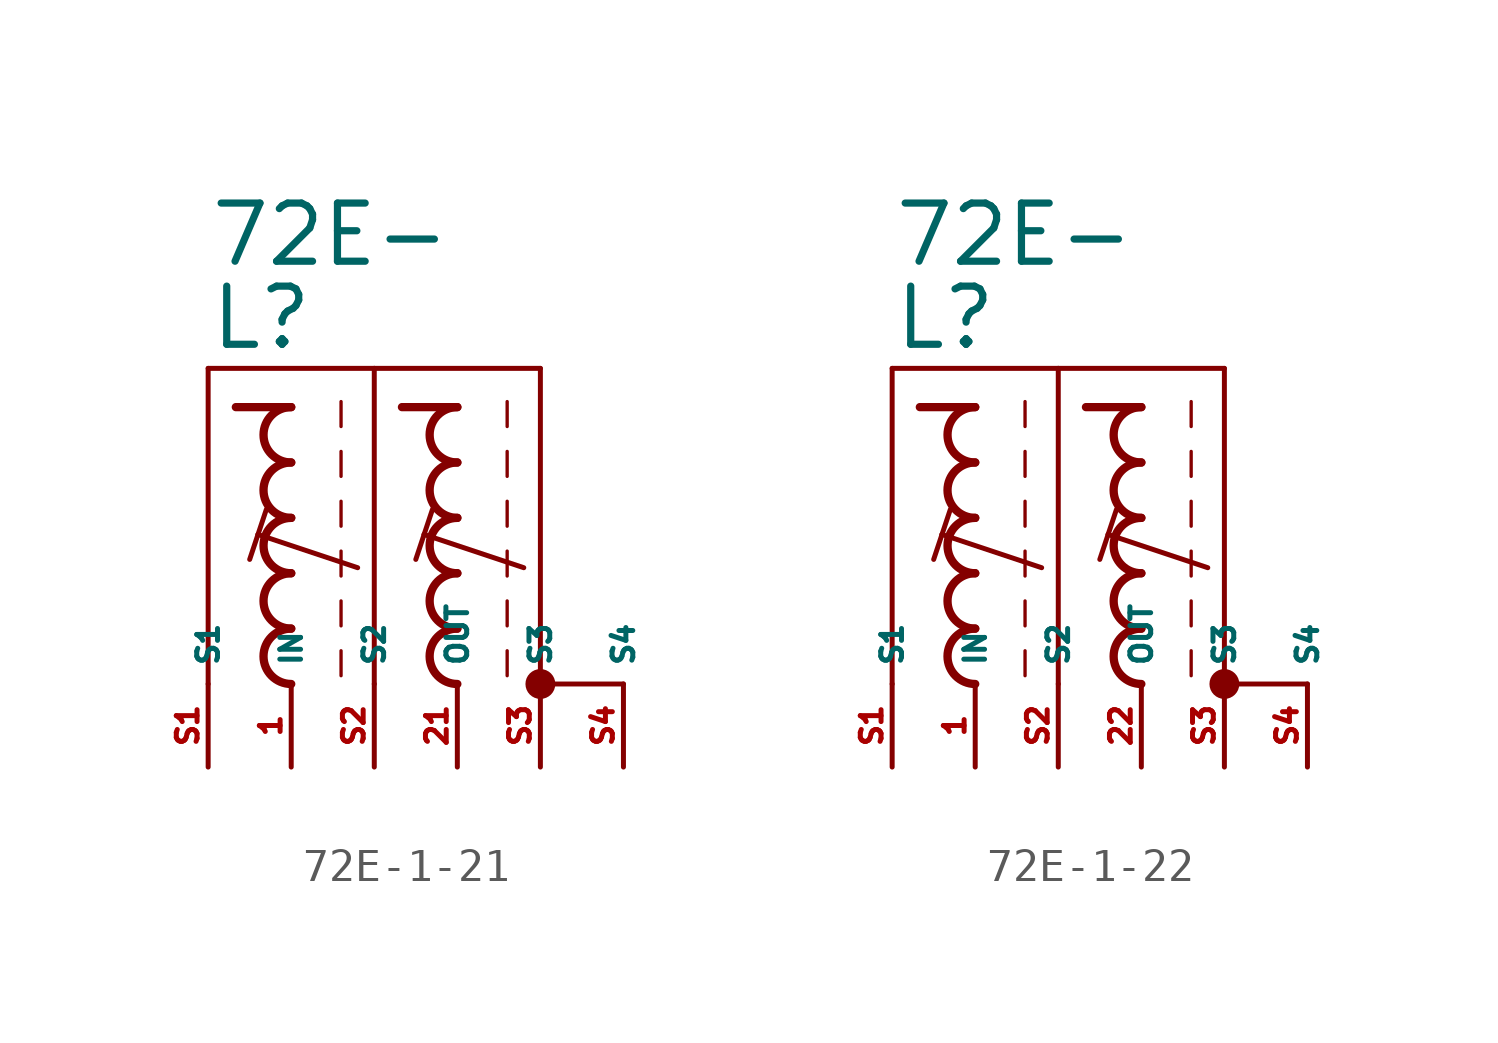
<source format=kicad_sym>
(kicad_symbol_lib
  (version 20220914)
  (generator kicad_symbol_editor)
  (symbol "72E-1-21"
    (property "Reference" "L"
      (at -5.08 7.62 0)
      (effects (font (size 1.778 1.778) (thickness 0.22)) (justify left bottom)))
    (property "Value" "72E-"
      (at -5.08 10.16 0)
      (effects (font (size 1.778 1.778) (thickness 0.22)) (justify left bottom)))
    (symbol "72E-1-21_1_1"
      (arc (start -2.54 -0.8466) (mid -3.3864 -1.6933) (end -2.54 -2.54) (stroke (width 0.254) (type default)) (fill (type none)))
      (arc (start -2.54 0.8466) (mid -3.3862 0) (end -2.54 -0.8466) (stroke (width 0.254) (type default)) (fill (type none)))
      (arc (start -2.54 2.54) (mid -3.3864 1.6933) (end -2.54 0.8466) (stroke (width 0.254) (type default)) (fill (type none)))
      (arc (start -2.54 4.2334) (mid -3.3864 3.3867) (end -2.54 2.54) (stroke (width 0.254) (type default)) (fill (type none)))
      (arc (start -2.54 5.9266) (mid -3.3862 5.08) (end -2.54 4.2334) (stroke (width 0.254) (type default)) (fill (type none)))
      (polyline (pts (xy -5.08 -2.54) (xy -5.08 7.112)) (stroke (width 0.152) (type default)) (fill (type none)))
      (polyline (pts (xy -5.08 7.112) (xy 0 7.112)) (stroke (width 0.152) (type default)) (fill (type none)))
      (polyline (pts (xy -3.556 2.032) (xy -3.81 1.27)) (stroke (width 0.152) (type default)) (fill (type none)))
      (polyline (pts (xy -3.302 2.794) (xy -3.556 2.032)) (stroke (width 0.152) (type default)) (fill (type none)))
      (polyline (pts (xy -2.54 5.927) (xy -4.233 5.927)) (stroke (width 0.254) (type default)) (fill (type none)))
      (polyline (pts (xy -1.016 -1.524) (xy -1.016 -2.286)) (stroke (width 0.102) (type default)) (fill (type none)))
      (polyline (pts (xy -1.016 0) (xy -1.016 -0.762)) (stroke (width 0.102) (type default)) (fill (type none)))
      (polyline (pts (xy -1.016 1.524) (xy -1.016 0.762)) (stroke (width 0.102) (type default)) (fill (type none)))
      (polyline (pts (xy -1.016 3.048) (xy -1.016 2.286)) (stroke (width 0.102) (type default)) (fill (type none)))
      (polyline (pts (xy -1.016 4.572) (xy -1.016 3.81)) (stroke (width 0.102) (type default)) (fill (type none)))
      (polyline (pts (xy -1.016 6.096) (xy -1.016 5.334)) (stroke (width 0.102) (type default)) (fill (type none)))
      (polyline (pts (xy -0.508 1.016) (xy -3.556 2.032)) (stroke (width 0.152) (type default)) (fill (type none)))
      (polyline (pts (xy 0 7.112) (xy 0 -2.54)) (stroke (width 0.152) (type default)) (fill (type none)))
      (polyline (pts (xy 0 7.112) (xy 5.08 7.112)) (stroke (width 0.152) (type default)) (fill (type none)))
      (polyline (pts (xy 1.524 2.032) (xy 1.27 1.27)) (stroke (width 0.152) (type default)) (fill (type none)))
      (polyline (pts (xy 1.778 2.794) (xy 1.524 2.032)) (stroke (width 0.152) (type default)) (fill (type none)))
      (polyline (pts (xy 2.54 5.927) (xy 0.847 5.927)) (stroke (width 0.254) (type default)) (fill (type none)))
      (polyline (pts (xy 4.064 -1.524) (xy 4.064 -2.286)) (stroke (width 0.102) (type default)) (fill (type none)))
      (polyline (pts (xy 4.064 0) (xy 4.064 -0.762)) (stroke (width 0.102) (type default)) (fill (type none)))
      (polyline (pts (xy 4.064 1.524) (xy 4.064 0.762)) (stroke (width 0.102) (type default)) (fill (type none)))
      (polyline (pts (xy 4.064 3.048) (xy 4.064 2.286)) (stroke (width 0.102) (type default)) (fill (type none)))
      (polyline (pts (xy 4.064 4.572) (xy 4.064 3.81)) (stroke (width 0.102) (type default)) (fill (type none)))
      (polyline (pts (xy 4.064 6.096) (xy 4.064 5.334)) (stroke (width 0.102) (type default)) (fill (type none)))
      (polyline (pts (xy 4.572 1.016) (xy 1.524 2.032)) (stroke (width 0.152) (type default)) (fill (type none)))
      (polyline (pts (xy 5.08 7.112) (xy 5.08 -2.54)) (stroke (width 0.152) (type default)) (fill (type none)))
      (polyline (pts (xy 7.62 -2.54) (xy 5.08 -2.54)) (stroke (width 0.152) (type default)) (fill (type none)))
      (arc (start 2.54 -0.8466) (mid 1.6936 -1.6933) (end 2.54 -2.54) (stroke (width 0.254) (type default)) (fill (type none)))
      (arc (start 2.54 0.8466) (mid 1.6938 0) (end 2.54 -0.8466) (stroke (width 0.254) (type default)) (fill (type none)))
      (arc (start 2.54 2.54) (mid 1.6936 1.6933) (end 2.54 0.8466) (stroke (width 0.254) (type default)) (fill (type none)))
      (arc (start 2.54 4.2334) (mid 1.6936 3.3867) (end 2.54 2.54) (stroke (width 0.254) (type default)) (fill (type none)))
      (arc (start 2.54 5.9266) (mid 1.6938 5.08) (end 2.54 4.2334) (stroke (width 0.254) (type default)) (fill (type none)))
      (circle (center 5.08 -2.54) (radius 0.254) (stroke (width 0.406) (type default)) (fill (type none)))
      (pin passive line (at -2.54 -5.08 90) (length 2.54) (name "IN" (effects (font (size 0.635 0.635)))) (number "1" (effects (font (size 0.635 0.635)))))
      (pin passive line (at 2.54 -5.08 90) (length 2.54) (name "OUT" (effects (font (size 0.635 0.635)))) (number "21" (effects (font (size 0.635 0.635)))))
      (pin passive line (at -5.08 -5.08 90) (length 2.54) (name "S1" (effects (font (size 0.635 0.635)))) (number "S1" (effects (font (size 0.635 0.635)))))
      (pin passive line (at 0 -5.08 90) (length 2.54) (name "S2" (effects (font (size 0.635 0.635)))) (number "S2" (effects (font (size 0.635 0.635)))))
      (pin passive line (at 5.08 -5.08 90) (length 2.54) (name "S3" (effects (font (size 0.635 0.635)))) (number "S3" (effects (font (size 0.635 0.635)))))
      (pin passive line (at 7.62 -5.08 90) (length 2.54) (name "S4" (effects (font (size 0.635 0.635)))) (number "S4" (effects (font (size 0.635 0.635)))))))
  (symbol "72E-1-22"
    (property "Reference" "L"
      (at -5.08 7.62 0)
      (effects (font (size 1.778 1.778) (thickness 0.22)) (justify left bottom)))
    (property "Value" "72E-"
      (at -5.08 10.16 0)
      (effects (font (size 1.778 1.778) (thickness 0.22)) (justify left bottom)))
    (symbol "72E-1-22_1_1"
      (arc (start -2.54 -0.8466) (mid -3.3864 -1.6933) (end -2.54 -2.54) (stroke (width 0.254) (type default)) (fill (type none)))
      (arc (start -2.54 0.8466) (mid -3.3862 0) (end -2.54 -0.8466) (stroke (width 0.254) (type default)) (fill (type none)))
      (arc (start -2.54 2.54) (mid -3.3864 1.6933) (end -2.54 0.8466) (stroke (width 0.254) (type default)) (fill (type none)))
      (arc (start -2.54 4.2334) (mid -3.3864 3.3867) (end -2.54 2.54) (stroke (width 0.254) (type default)) (fill (type none)))
      (arc (start -2.54 5.9266) (mid -3.3862 5.08) (end -2.54 4.2334) (stroke (width 0.254) (type default)) (fill (type none)))
      (polyline (pts (xy -5.08 -2.54) (xy -5.08 7.112)) (stroke (width 0.152) (type default)) (fill (type none)))
      (polyline (pts (xy -5.08 7.112) (xy 0 7.112)) (stroke (width 0.152) (type default)) (fill (type none)))
      (polyline (pts (xy -3.556 2.032) (xy -3.81 1.27)) (stroke (width 0.152) (type default)) (fill (type none)))
      (polyline (pts (xy -3.302 2.794) (xy -3.556 2.032)) (stroke (width 0.152) (type default)) (fill (type none)))
      (polyline (pts (xy -2.54 5.927) (xy -4.233 5.927)) (stroke (width 0.254) (type default)) (fill (type none)))
      (polyline (pts (xy -1.016 -1.524) (xy -1.016 -2.286)) (stroke (width 0.102) (type default)) (fill (type none)))
      (polyline (pts (xy -1.016 0) (xy -1.016 -0.762)) (stroke (width 0.102) (type default)) (fill (type none)))
      (polyline (pts (xy -1.016 1.524) (xy -1.016 0.762)) (stroke (width 0.102) (type default)) (fill (type none)))
      (polyline (pts (xy -1.016 3.048) (xy -1.016 2.286)) (stroke (width 0.102) (type default)) (fill (type none)))
      (polyline (pts (xy -1.016 4.572) (xy -1.016 3.81)) (stroke (width 0.102) (type default)) (fill (type none)))
      (polyline (pts (xy -1.016 6.096) (xy -1.016 5.334)) (stroke (width 0.102) (type default)) (fill (type none)))
      (polyline (pts (xy -0.508 1.016) (xy -3.556 2.032)) (stroke (width 0.152) (type default)) (fill (type none)))
      (polyline (pts (xy 0 7.112) (xy 0 -2.54)) (stroke (width 0.152) (type default)) (fill (type none)))
      (polyline (pts (xy 0 7.112) (xy 5.08 7.112)) (stroke (width 0.152) (type default)) (fill (type none)))
      (polyline (pts (xy 1.524 2.032) (xy 1.27 1.27)) (stroke (width 0.152) (type default)) (fill (type none)))
      (polyline (pts (xy 1.778 2.794) (xy 1.524 2.032)) (stroke (width 0.152) (type default)) (fill (type none)))
      (polyline (pts (xy 2.54 5.927) (xy 0.847 5.927)) (stroke (width 0.254) (type default)) (fill (type none)))
      (polyline (pts (xy 4.064 -1.524) (xy 4.064 -2.286)) (stroke (width 0.102) (type default)) (fill (type none)))
      (polyline (pts (xy 4.064 0) (xy 4.064 -0.762)) (stroke (width 0.102) (type default)) (fill (type none)))
      (polyline (pts (xy 4.064 1.524) (xy 4.064 0.762)) (stroke (width 0.102) (type default)) (fill (type none)))
      (polyline (pts (xy 4.064 3.048) (xy 4.064 2.286)) (stroke (width 0.102) (type default)) (fill (type none)))
      (polyline (pts (xy 4.064 4.572) (xy 4.064 3.81)) (stroke (width 0.102) (type default)) (fill (type none)))
      (polyline (pts (xy 4.064 6.096) (xy 4.064 5.334)) (stroke (width 0.102) (type default)) (fill (type none)))
      (polyline (pts (xy 4.572 1.016) (xy 1.524 2.032)) (stroke (width 0.152) (type default)) (fill (type none)))
      (polyline (pts (xy 5.08 7.112) (xy 5.08 -2.54)) (stroke (width 0.152) (type default)) (fill (type none)))
      (polyline (pts (xy 7.62 -2.54) (xy 5.08 -2.54)) (stroke (width 0.152) (type default)) (fill (type none)))
      (arc (start 2.54 -0.8466) (mid 1.6936 -1.6933) (end 2.54 -2.54) (stroke (width 0.254) (type default)) (fill (type none)))
      (arc (start 2.54 0.8466) (mid 1.6938 0) (end 2.54 -0.8466) (stroke (width 0.254) (type default)) (fill (type none)))
      (arc (start 2.54 2.54) (mid 1.6936 1.6933) (end 2.54 0.8466) (stroke (width 0.254) (type default)) (fill (type none)))
      (arc (start 2.54 4.2334) (mid 1.6936 3.3867) (end 2.54 2.54) (stroke (width 0.254) (type default)) (fill (type none)))
      (arc (start 2.54 5.9266) (mid 1.6938 5.08) (end 2.54 4.2334) (stroke (width 0.254) (type default)) (fill (type none)))
      (circle (center 5.08 -2.54) (radius 0.254) (stroke (width 0.406) (type default)) (fill (type none)))
      (pin passive line (at -2.54 -5.08 90) (length 2.54) (name "IN" (effects (font (size 0.635 0.635)))) (number "1" (effects (font (size 0.635 0.635)))))
      (pin passive line (at 2.54 -5.08 90) (length 2.54) (name "OUT" (effects (font (size 0.635 0.635)))) (number "22" (effects (font (size 0.635 0.635)))))
      (pin passive line (at -5.08 -5.08 90) (length 2.54) (name "S1" (effects (font (size 0.635 0.635)))) (number "S1" (effects (font (size 0.635 0.635)))))
      (pin passive line (at 0 -5.08 90) (length 2.54) (name "S2" (effects (font (size 0.635 0.635)))) (number "S2" (effects (font (size 0.635 0.635)))))
      (pin passive line (at 5.08 -5.08 90) (length 2.54) (name "S3" (effects (font (size 0.635 0.635)))) (number "S3" (effects (font (size 0.635 0.635)))))
      (pin passive line (at 7.62 -5.08 90) (length 2.54) (name "S4" (effects (font (size 0.635 0.635)))) (number "S4" (effects (font (size 0.635 0.635))))))))
</source>
